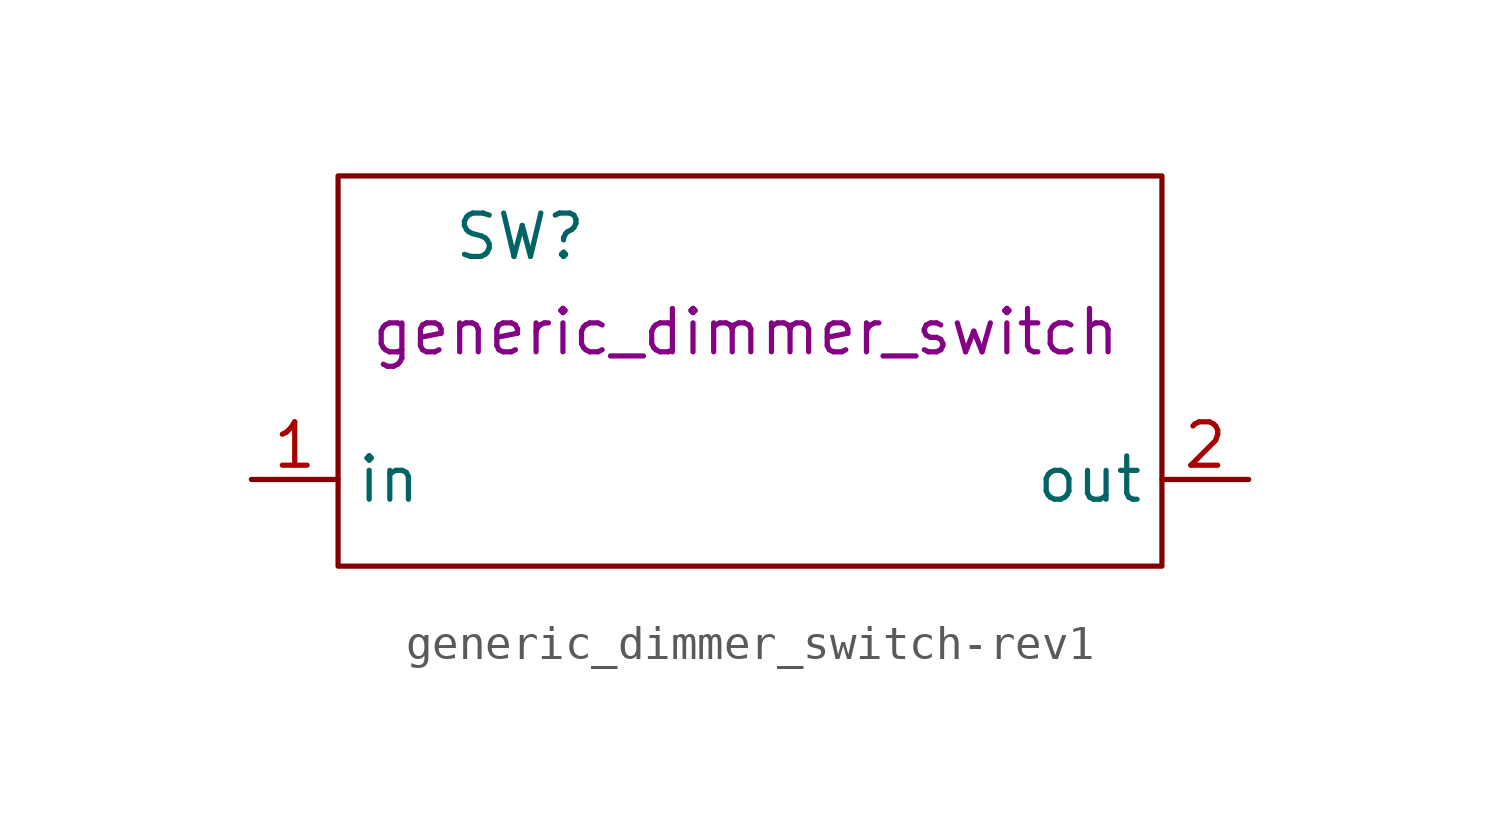
<source format=kicad_sym>
(kicad_symbol_lib
  (version 20241209)
  (generator "kicad_symbol_editor")
  (generator_version "9.0")
  (symbol "generic_dimmer_switch-rev1"
    (property "Reference" "SW"
      (at 5.334 9.652 0)
      (do_not_autoplace)
      (effects (font (size 1.27 1.27))))
    (property "Value" ""
      (at 0 0 0)
      (effects (font (size 1.27 1.27))))
    (property "MFG" ""
      (at 0 0 0)
      (effects (font (size 1.27 1.27))))
    (property "MPN" "generic_dimmer_switch"
      (at 11.938 6.858 0)
      (do_not_autoplace)
      (effects (font (size 1.27 1.27))))
    (symbol "generic_dimmer_switch-rev1_0_1"
      (rectangle (start 0 11.43) (end 24.13 0) (stroke (width 0) (type default)) (fill (type none))))
    (symbol "generic_dimmer_switch-rev1_1_1"
      (pin unspecified line (at -2.54 2.54 0) (length 2.54) (name "in" (effects (font (size 1.27 1.27)))) (number "1" (effects (font (size 1.27 1.27)))))
      (pin unspecified line (at 26.67 2.54 180) (length 2.54) (name "out" (effects (font (size 1.27 1.27)))) (number "2" (effects (font (size 1.27 1.27))))))))
</source>
